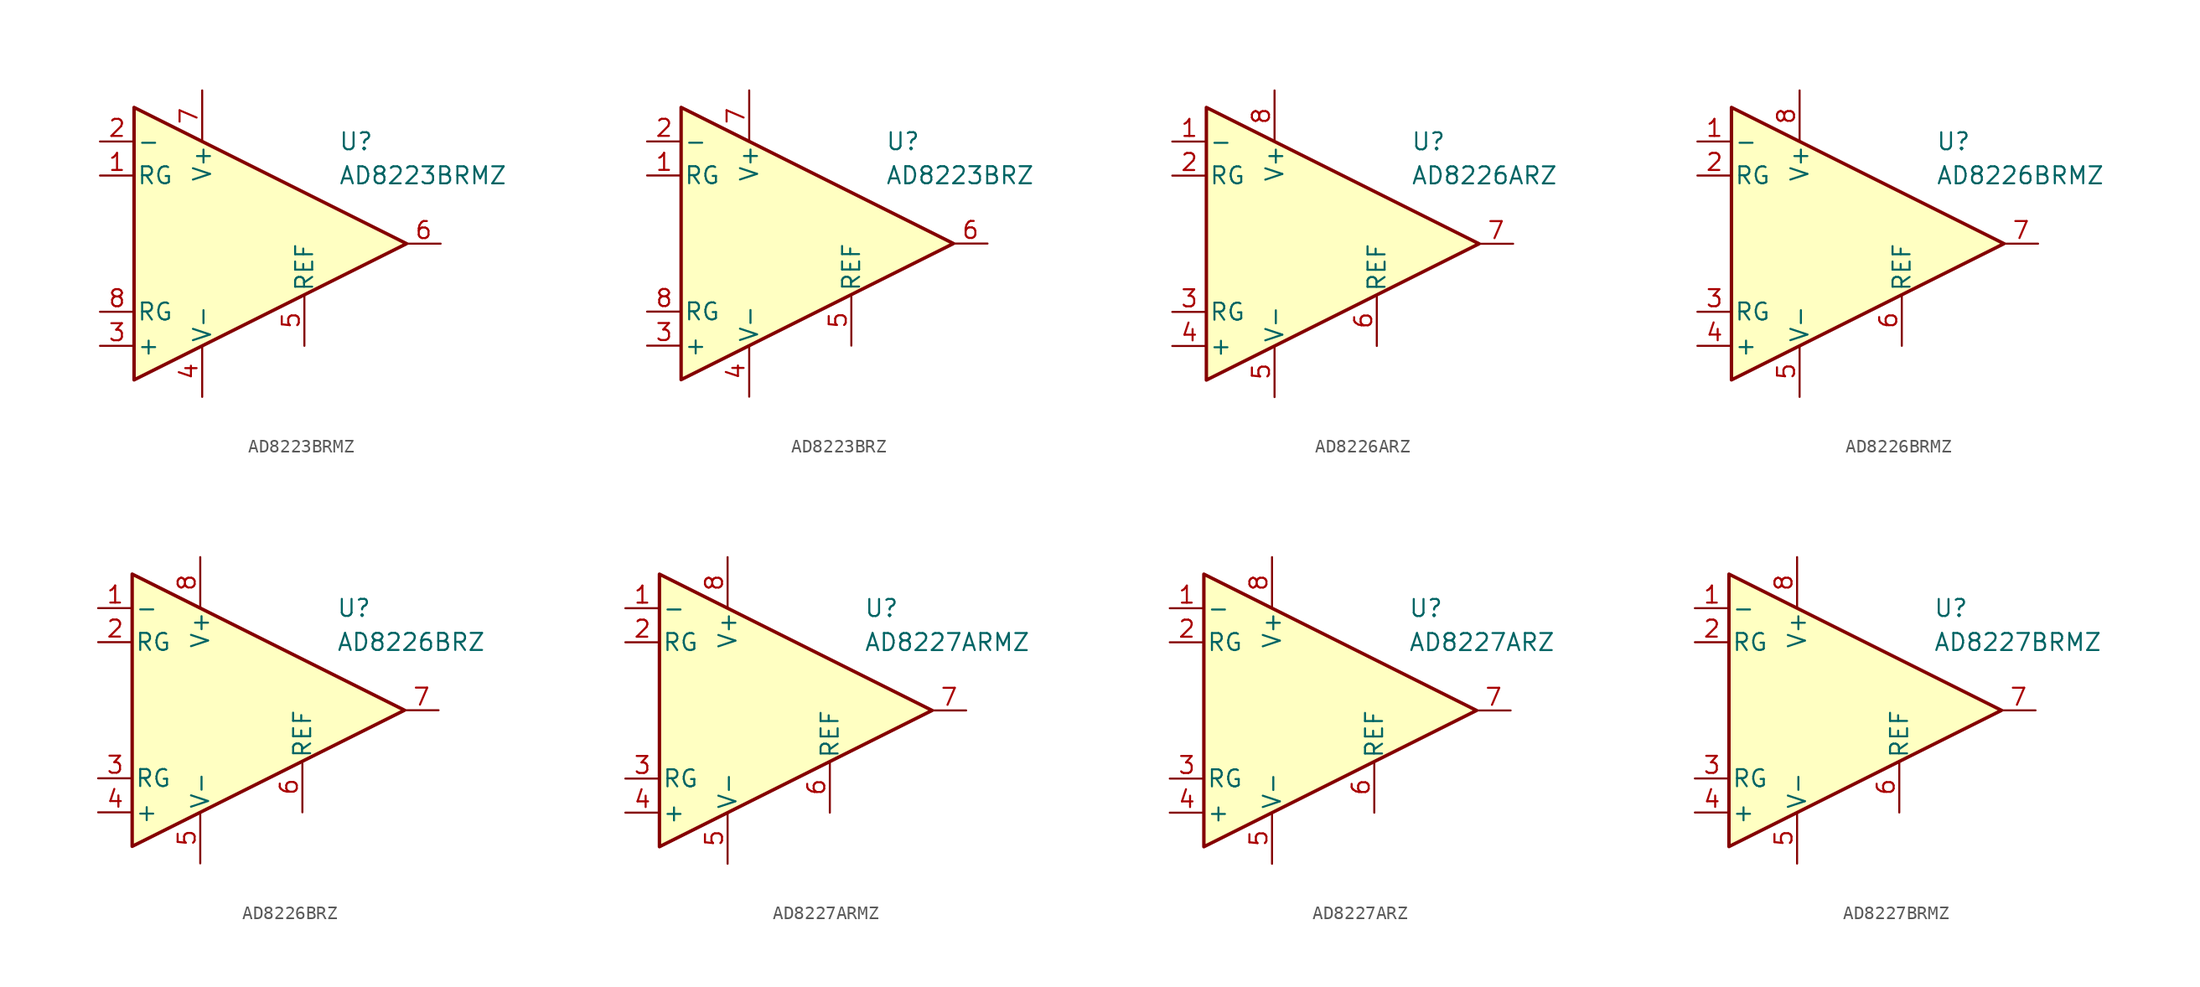
<source format=kicad_sym>
(kicad_symbol_lib
  (version 20231120)
  (generator "kicad_symbol_editor")
  (generator_version "8.0")
  (symbol "AD8223BRMZ"
    (pin_names
      (offset 0.2))
    (property "Reference" "U"
      (at 6.35 7.62 0)
      (effects (font (size 1.27 1.27)) (justify left)))
    (property "Value" "AD8223BRMZ"
      (at 6.35 5.08 0)
      (effects (font (size 1.27 1.27)) (justify left)))
    (symbol "AD8223BRMZ_0_1"
      (polyline (pts (xy -8.89 10.16) (xy -8.89 -10.16) (xy 11.43 0) (xy -8.89 10.16)) (stroke (width 0.254) (type default)) (fill (type background))))
    (symbol "AD8223BRMZ_1_1"
      (pin passive line (at -11.43 5.08 0) (length 2.54) (name "RG" (effects (font (size 1.27 1.27)))) (number "1" (effects (font (size 1.27 1.27)))))
      (pin input line (at -11.43 7.62 0) (length 2.54) (name "-" (effects (font (size 1.27 1.27)))) (number "2" (effects (font (size 1.27 1.27)))))
      (pin input line (at -11.43 -7.62 0) (length 2.54) (name "+" (effects (font (size 1.27 1.27)))) (number "3" (effects (font (size 1.27 1.27)))))
      (pin power_in line (at -3.81 -11.43 90) (length 3.81) (name "V-" (effects (font (size 1.27 1.27)))) (number "4" (effects (font (size 1.27 1.27)))))
      (pin input line (at 3.81 -7.62 90) (length 3.81) (name "REF" (effects (font (size 1.27 1.27)))) (number "5" (effects (font (size 1.27 1.27)))))
      (pin output line (at 13.97 0 180) (length 2.54) (name "~" (effects (font (size 1.27 1.27)))) (number "6" (effects (font (size 1.27 1.27)))))
      (pin power_in line (at -3.81 11.43 270) (length 3.81) (name "V+" (effects (font (size 1.27 1.27)))) (number "7" (effects (font (size 1.27 1.27)))))
      (pin passive line (at -11.43 -5.08 0) (length 2.54) (name "RG" (effects (font (size 1.27 1.27)))) (number "8" (effects (font (size 1.27 1.27)))))))
  (symbol "AD8223BRZ"
    (pin_names
      (offset 0.2))
    (property "Reference" "U"
      (at 6.35 7.62 0)
      (effects (font (size 1.27 1.27)) (justify left)))
    (property "Value" "AD8223BRZ"
      (at 6.35 5.08 0)
      (effects (font (size 1.27 1.27)) (justify left)))
    (symbol "AD8223BRZ_0_1"
      (polyline (pts (xy -8.89 10.16) (xy -8.89 -10.16) (xy 11.43 0) (xy -8.89 10.16)) (stroke (width 0.254) (type default)) (fill (type background))))
    (symbol "AD8223BRZ_1_1"
      (pin passive line (at -11.43 5.08 0) (length 2.54) (name "RG" (effects (font (size 1.27 1.27)))) (number "1" (effects (font (size 1.27 1.27)))))
      (pin input line (at -11.43 7.62 0) (length 2.54) (name "-" (effects (font (size 1.27 1.27)))) (number "2" (effects (font (size 1.27 1.27)))))
      (pin input line (at -11.43 -7.62 0) (length 2.54) (name "+" (effects (font (size 1.27 1.27)))) (number "3" (effects (font (size 1.27 1.27)))))
      (pin power_in line (at -3.81 -11.43 90) (length 3.81) (name "V-" (effects (font (size 1.27 1.27)))) (number "4" (effects (font (size 1.27 1.27)))))
      (pin input line (at 3.81 -7.62 90) (length 3.81) (name "REF" (effects (font (size 1.27 1.27)))) (number "5" (effects (font (size 1.27 1.27)))))
      (pin output line (at 13.97 0 180) (length 2.54) (name "~" (effects (font (size 1.27 1.27)))) (number "6" (effects (font (size 1.27 1.27)))))
      (pin power_in line (at -3.81 11.43 270) (length 3.81) (name "V+" (effects (font (size 1.27 1.27)))) (number "7" (effects (font (size 1.27 1.27)))))
      (pin passive line (at -11.43 -5.08 0) (length 2.54) (name "RG" (effects (font (size 1.27 1.27)))) (number "8" (effects (font (size 1.27 1.27)))))))
  (symbol "AD8226ARZ"
    (pin_names
      (offset 0.2))
    (property "Reference" "U"
      (at 6.35 7.62 0)
      (effects (font (size 1.27 1.27)) (justify left)))
    (property "Value" "AD8226ARZ"
      (at 6.35 5.08 0)
      (effects (font (size 1.27 1.27)) (justify left)))
    (symbol "AD8226ARZ_0_1"
      (polyline (pts (xy -8.89 10.16) (xy -8.89 -10.16) (xy 11.43 0) (xy -8.89 10.16)) (stroke (width 0.254) (type default)) (fill (type background))))
    (symbol "AD8226ARZ_1_1"
      (pin input line (at -11.43 7.62 0) (length 2.54) (name "-" (effects (font (size 1.27 1.27)))) (number "1" (effects (font (size 1.27 1.27)))))
      (pin passive line (at -11.43 5.08 0) (length 2.54) (name "RG" (effects (font (size 1.27 1.27)))) (number "2" (effects (font (size 1.27 1.27)))))
      (pin passive line (at -11.43 -5.08 0) (length 2.54) (name "RG" (effects (font (size 1.27 1.27)))) (number "3" (effects (font (size 1.27 1.27)))))
      (pin input line (at -11.43 -7.62 0) (length 2.54) (name "+" (effects (font (size 1.27 1.27)))) (number "4" (effects (font (size 1.27 1.27)))))
      (pin power_in line (at -3.81 -11.43 90) (length 3.81) (name "V-" (effects (font (size 1.27 1.27)))) (number "5" (effects (font (size 1.27 1.27)))))
      (pin input line (at 3.81 -7.62 90) (length 3.81) (name "REF" (effects (font (size 1.27 1.27)))) (number "6" (effects (font (size 1.27 1.27)))))
      (pin output line (at 13.97 0 180) (length 2.54) (name "~" (effects (font (size 1.27 1.27)))) (number "7" (effects (font (size 1.27 1.27)))))
      (pin power_in line (at -3.81 11.43 270) (length 3.81) (name "V+" (effects (font (size 1.27 1.27)))) (number "8" (effects (font (size 1.27 1.27)))))))
  (symbol "AD8226BRMZ"
    (pin_names
      (offset 0.2))
    (property "Reference" "U"
      (at 6.35 7.62 0)
      (effects (font (size 1.27 1.27)) (justify left)))
    (property "Value" "AD8226BRMZ"
      (at 6.35 5.08 0)
      (effects (font (size 1.27 1.27)) (justify left)))
    (symbol "AD8226BRMZ_0_1"
      (polyline (pts (xy -8.89 10.16) (xy -8.89 -10.16) (xy 11.43 0) (xy -8.89 10.16)) (stroke (width 0.254) (type default)) (fill (type background))))
    (symbol "AD8226BRMZ_1_1"
      (pin input line (at -11.43 7.62 0) (length 2.54) (name "-" (effects (font (size 1.27 1.27)))) (number "1" (effects (font (size 1.27 1.27)))))
      (pin passive line (at -11.43 5.08 0) (length 2.54) (name "RG" (effects (font (size 1.27 1.27)))) (number "2" (effects (font (size 1.27 1.27)))))
      (pin passive line (at -11.43 -5.08 0) (length 2.54) (name "RG" (effects (font (size 1.27 1.27)))) (number "3" (effects (font (size 1.27 1.27)))))
      (pin input line (at -11.43 -7.62 0) (length 2.54) (name "+" (effects (font (size 1.27 1.27)))) (number "4" (effects (font (size 1.27 1.27)))))
      (pin power_in line (at -3.81 -11.43 90) (length 3.81) (name "V-" (effects (font (size 1.27 1.27)))) (number "5" (effects (font (size 1.27 1.27)))))
      (pin input line (at 3.81 -7.62 90) (length 3.81) (name "REF" (effects (font (size 1.27 1.27)))) (number "6" (effects (font (size 1.27 1.27)))))
      (pin output line (at 13.97 0 180) (length 2.54) (name "~" (effects (font (size 1.27 1.27)))) (number "7" (effects (font (size 1.27 1.27)))))
      (pin power_in line (at -3.81 11.43 270) (length 3.81) (name "V+" (effects (font (size 1.27 1.27)))) (number "8" (effects (font (size 1.27 1.27)))))))
  (symbol "AD8226BRZ"
    (pin_names
      (offset 0.2))
    (property "Reference" "U"
      (at 6.35 7.62 0)
      (effects (font (size 1.27 1.27)) (justify left)))
    (property "Value" "AD8226BRZ"
      (at 6.35 5.08 0)
      (effects (font (size 1.27 1.27)) (justify left)))
    (symbol "AD8226BRZ_0_1"
      (polyline (pts (xy -8.89 10.16) (xy -8.89 -10.16) (xy 11.43 0) (xy -8.89 10.16)) (stroke (width 0.254) (type default)) (fill (type background))))
    (symbol "AD8226BRZ_1_1"
      (pin input line (at -11.43 7.62 0) (length 2.54) (name "-" (effects (font (size 1.27 1.27)))) (number "1" (effects (font (size 1.27 1.27)))))
      (pin passive line (at -11.43 5.08 0) (length 2.54) (name "RG" (effects (font (size 1.27 1.27)))) (number "2" (effects (font (size 1.27 1.27)))))
      (pin passive line (at -11.43 -5.08 0) (length 2.54) (name "RG" (effects (font (size 1.27 1.27)))) (number "3" (effects (font (size 1.27 1.27)))))
      (pin input line (at -11.43 -7.62 0) (length 2.54) (name "+" (effects (font (size 1.27 1.27)))) (number "4" (effects (font (size 1.27 1.27)))))
      (pin power_in line (at -3.81 -11.43 90) (length 3.81) (name "V-" (effects (font (size 1.27 1.27)))) (number "5" (effects (font (size 1.27 1.27)))))
      (pin input line (at 3.81 -7.62 90) (length 3.81) (name "REF" (effects (font (size 1.27 1.27)))) (number "6" (effects (font (size 1.27 1.27)))))
      (pin output line (at 13.97 0 180) (length 2.54) (name "~" (effects (font (size 1.27 1.27)))) (number "7" (effects (font (size 1.27 1.27)))))
      (pin power_in line (at -3.81 11.43 270) (length 3.81) (name "V+" (effects (font (size 1.27 1.27)))) (number "8" (effects (font (size 1.27 1.27)))))))
  (symbol "AD8227ARMZ"
    (pin_names
      (offset 0.2))
    (property "Reference" "U"
      (at 6.35 7.62 0)
      (effects (font (size 1.27 1.27)) (justify left)))
    (property "Value" "AD8227ARMZ"
      (at 6.35 5.08 0)
      (effects (font (size 1.27 1.27)) (justify left)))
    (symbol "AD8227ARMZ_0_1"
      (polyline (pts (xy -8.89 10.16) (xy -8.89 -10.16) (xy 11.43 0) (xy -8.89 10.16)) (stroke (width 0.254) (type default)) (fill (type background))))
    (symbol "AD8227ARMZ_1_1"
      (pin input line (at -11.43 7.62 0) (length 2.54) (name "-" (effects (font (size 1.27 1.27)))) (number "1" (effects (font (size 1.27 1.27)))))
      (pin passive line (at -11.43 5.08 0) (length 2.54) (name "RG" (effects (font (size 1.27 1.27)))) (number "2" (effects (font (size 1.27 1.27)))))
      (pin passive line (at -11.43 -5.08 0) (length 2.54) (name "RG" (effects (font (size 1.27 1.27)))) (number "3" (effects (font (size 1.27 1.27)))))
      (pin input line (at -11.43 -7.62 0) (length 2.54) (name "+" (effects (font (size 1.27 1.27)))) (number "4" (effects (font (size 1.27 1.27)))))
      (pin power_in line (at -3.81 -11.43 90) (length 3.81) (name "V-" (effects (font (size 1.27 1.27)))) (number "5" (effects (font (size 1.27 1.27)))))
      (pin input line (at 3.81 -7.62 90) (length 3.81) (name "REF" (effects (font (size 1.27 1.27)))) (number "6" (effects (font (size 1.27 1.27)))))
      (pin output line (at 13.97 0 180) (length 2.54) (name "~" (effects (font (size 1.27 1.27)))) (number "7" (effects (font (size 1.27 1.27)))))
      (pin power_in line (at -3.81 11.43 270) (length 3.81) (name "V+" (effects (font (size 1.27 1.27)))) (number "8" (effects (font (size 1.27 1.27)))))))
  (symbol "AD8227ARZ"
    (pin_names
      (offset 0.2))
    (property "Reference" "U"
      (at 6.35 7.62 0)
      (effects (font (size 1.27 1.27)) (justify left)))
    (property "Value" "AD8227ARZ"
      (at 6.35 5.08 0)
      (effects (font (size 1.27 1.27)) (justify left)))
    (symbol "AD8227ARZ_0_1"
      (polyline (pts (xy -8.89 10.16) (xy -8.89 -10.16) (xy 11.43 0) (xy -8.89 10.16)) (stroke (width 0.254) (type default)) (fill (type background))))
    (symbol "AD8227ARZ_1_1"
      (pin input line (at -11.43 7.62 0) (length 2.54) (name "-" (effects (font (size 1.27 1.27)))) (number "1" (effects (font (size 1.27 1.27)))))
      (pin passive line (at -11.43 5.08 0) (length 2.54) (name "RG" (effects (font (size 1.27 1.27)))) (number "2" (effects (font (size 1.27 1.27)))))
      (pin passive line (at -11.43 -5.08 0) (length 2.54) (name "RG" (effects (font (size 1.27 1.27)))) (number "3" (effects (font (size 1.27 1.27)))))
      (pin input line (at -11.43 -7.62 0) (length 2.54) (name "+" (effects (font (size 1.27 1.27)))) (number "4" (effects (font (size 1.27 1.27)))))
      (pin power_in line (at -3.81 -11.43 90) (length 3.81) (name "V-" (effects (font (size 1.27 1.27)))) (number "5" (effects (font (size 1.27 1.27)))))
      (pin input line (at 3.81 -7.62 90) (length 3.81) (name "REF" (effects (font (size 1.27 1.27)))) (number "6" (effects (font (size 1.27 1.27)))))
      (pin output line (at 13.97 0 180) (length 2.54) (name "~" (effects (font (size 1.27 1.27)))) (number "7" (effects (font (size 1.27 1.27)))))
      (pin power_in line (at -3.81 11.43 270) (length 3.81) (name "V+" (effects (font (size 1.27 1.27)))) (number "8" (effects (font (size 1.27 1.27)))))))
  (symbol "AD8227BRMZ"
    (pin_names
      (offset 0.2))
    (property "Reference" "U"
      (at 6.35 7.62 0)
      (effects (font (size 1.27 1.27)) (justify left)))
    (property "Value" "AD8227BRMZ"
      (at 6.35 5.08 0)
      (effects (font (size 1.27 1.27)) (justify left)))
    (symbol "AD8227BRMZ_0_1"
      (polyline (pts (xy -8.89 10.16) (xy -8.89 -10.16) (xy 11.43 0) (xy -8.89 10.16)) (stroke (width 0.254) (type default)) (fill (type background))))
    (symbol "AD8227BRMZ_1_1"
      (pin input line (at -11.43 7.62 0) (length 2.54) (name "-" (effects (font (size 1.27 1.27)))) (number "1" (effects (font (size 1.27 1.27)))))
      (pin passive line (at -11.43 5.08 0) (length 2.54) (name "RG" (effects (font (size 1.27 1.27)))) (number "2" (effects (font (size 1.27 1.27)))))
      (pin passive line (at -11.43 -5.08 0) (length 2.54) (name "RG" (effects (font (size 1.27 1.27)))) (number "3" (effects (font (size 1.27 1.27)))))
      (pin input line (at -11.43 -7.62 0) (length 2.54) (name "+" (effects (font (size 1.27 1.27)))) (number "4" (effects (font (size 1.27 1.27)))))
      (pin power_in line (at -3.81 -11.43 90) (length 3.81) (name "V-" (effects (font (size 1.27 1.27)))) (number "5" (effects (font (size 1.27 1.27)))))
      (pin input line (at 3.81 -7.62 90) (length 3.81) (name "REF" (effects (font (size 1.27 1.27)))) (number "6" (effects (font (size 1.27 1.27)))))
      (pin output line (at 13.97 0 180) (length 2.54) (name "~" (effects (font (size 1.27 1.27)))) (number "7" (effects (font (size 1.27 1.27)))))
      (pin power_in line (at -3.81 11.43 270) (length 3.81) (name "V+" (effects (font (size 1.27 1.27)))) (number "8" (effects (font (size 1.27 1.27))))))))
</source>
